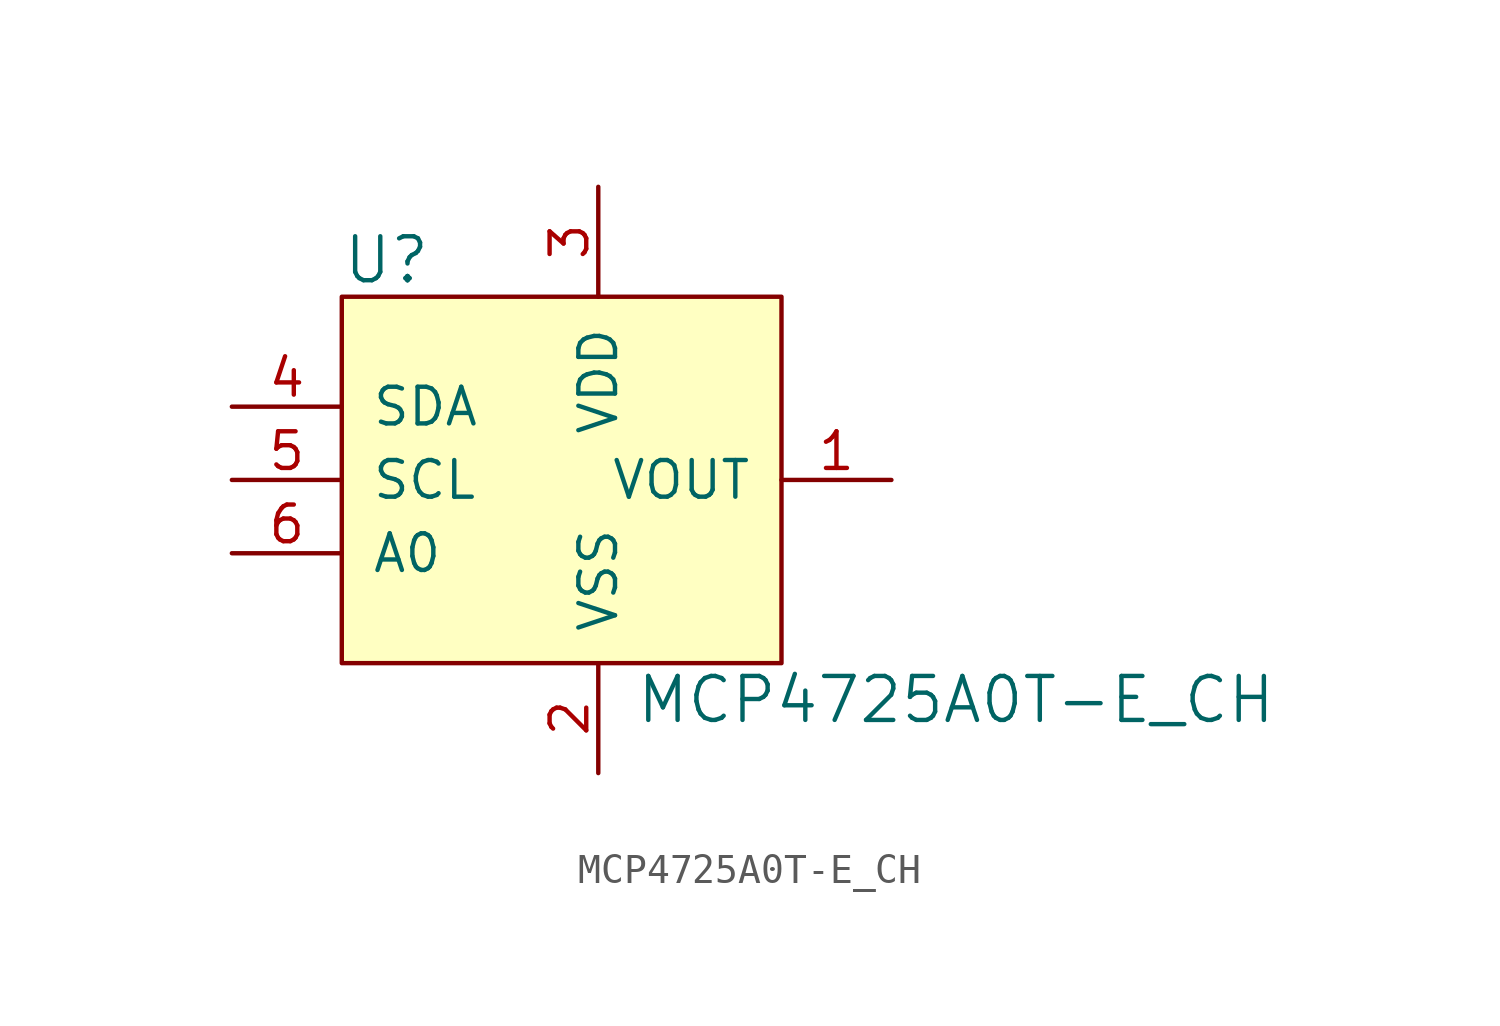
<source format=kicad_sym>
(kicad_symbol_lib
  (version 20211014)
  (generator kicad_symbol_editor)
  (symbol "MCP4725A0T-E_CH"
    (pin_names
      (offset 1.016))
    (property "Reference" "U"
      (at -8.89 7.62 0)
      (effects (font (size 1.524 1.524)) (justify left)))
    (property "Value" "MCP4725A0T-E_CH"
      (at 1.27 -7.62 0)
      (effects (font (size 1.524 1.524)) (justify left)))
    (symbol "MCP4725A0T-E_CH_0_1"
      (rectangle (start -8.89 6.35) (end 6.35 -6.35) (stroke (width 0) (type default) (color 0 0 0 0)) (fill (type background))))
    (symbol "MCP4725A0T-E_CH_1_1"
      (pin output line (at 10.16 0 180) (length 3.81) (name "VOUT" (effects (font (size 1.27 1.27)))) (number "1" (effects (font (size 1.27 1.27)))))
      (pin power_in line (at 0 -10.16 90) (length 3.81) (name "VSS" (effects (font (size 1.27 1.27)))) (number "2" (effects (font (size 1.27 1.27)))))
      (pin power_in line (at 0 10.16 270) (length 3.81) (name "VDD" (effects (font (size 1.27 1.27)))) (number "3" (effects (font (size 1.27 1.27)))))
      (pin bidirectional line (at -12.7 2.54 0) (length 3.81) (name "SDA" (effects (font (size 1.27 1.27)))) (number "4" (effects (font (size 1.27 1.27)))))
      (pin input line (at -12.7 0 0) (length 3.81) (name "SCL" (effects (font (size 1.27 1.27)))) (number "5" (effects (font (size 1.27 1.27)))))
      (pin input line (at -12.7 -2.54 0) (length 3.81) (name "A0" (effects (font (size 1.27 1.27)))) (number "6" (effects (font (size 1.27 1.27))))))))
</source>
